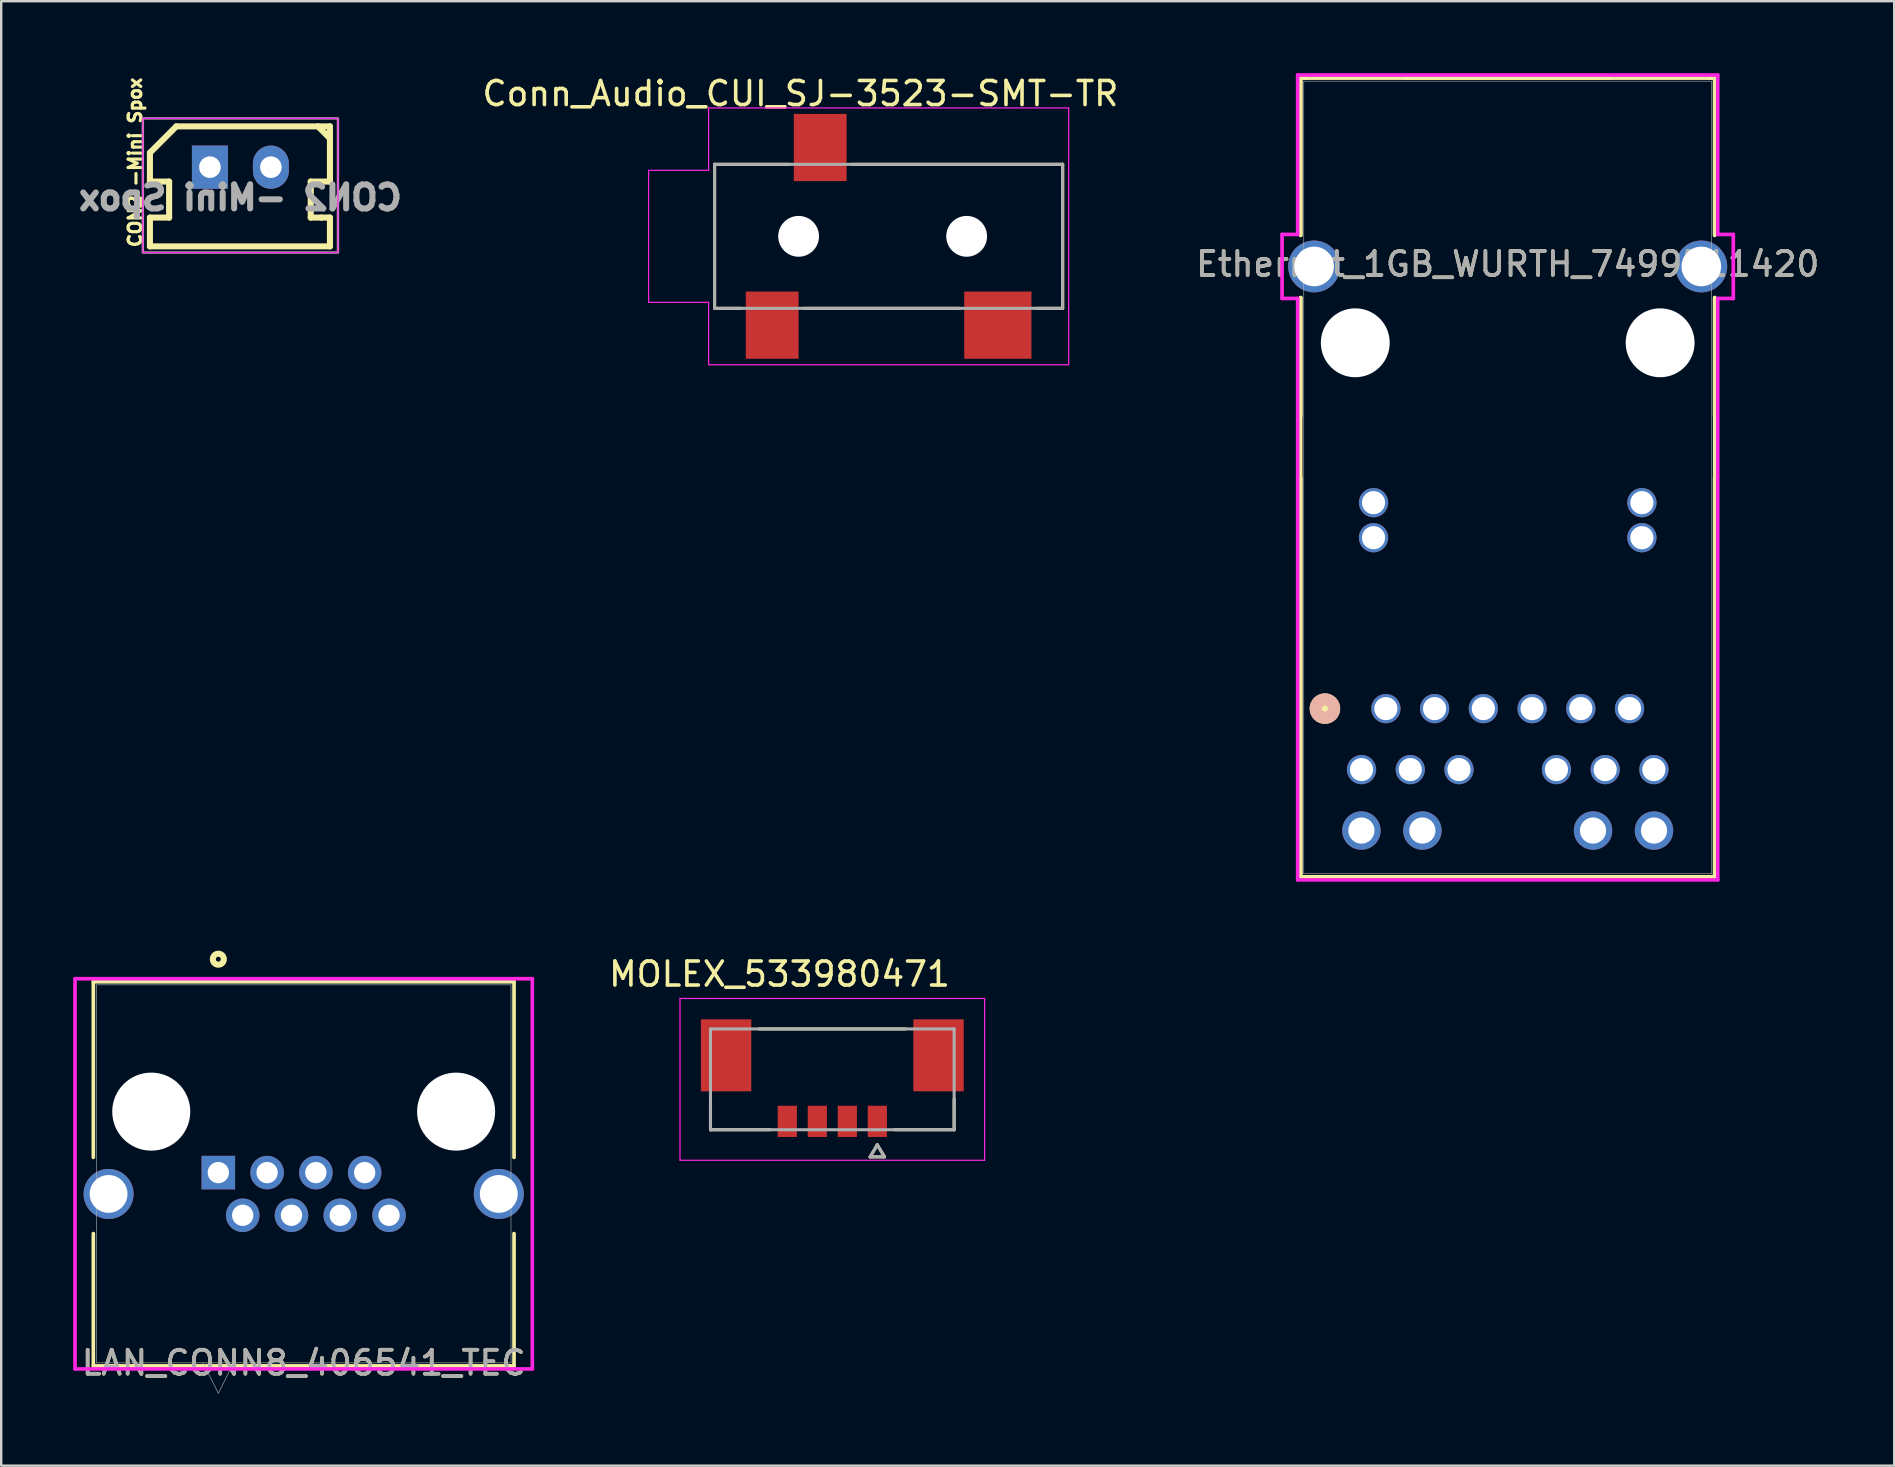
<source format=kicad_pcb>
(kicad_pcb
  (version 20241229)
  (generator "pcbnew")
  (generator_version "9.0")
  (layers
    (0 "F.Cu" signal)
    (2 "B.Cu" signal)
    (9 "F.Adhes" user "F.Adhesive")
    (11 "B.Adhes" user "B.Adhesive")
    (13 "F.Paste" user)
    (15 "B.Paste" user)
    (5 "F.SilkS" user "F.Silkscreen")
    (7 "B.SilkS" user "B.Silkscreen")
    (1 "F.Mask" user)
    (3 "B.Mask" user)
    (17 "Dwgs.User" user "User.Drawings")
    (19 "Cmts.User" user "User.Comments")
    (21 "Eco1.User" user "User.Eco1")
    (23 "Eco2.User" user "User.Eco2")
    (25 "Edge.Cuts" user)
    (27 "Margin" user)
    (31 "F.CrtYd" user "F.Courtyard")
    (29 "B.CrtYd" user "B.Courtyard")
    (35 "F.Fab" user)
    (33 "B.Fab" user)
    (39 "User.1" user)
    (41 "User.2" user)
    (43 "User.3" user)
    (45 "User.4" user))
  (footprint "Ethernet_1GB_WURTH_7499511420"
    (layer "F.Cu")
    (at 54.684 26.47)
    (property "Reference" "Ethernet_1GB_WURTH_7499511420" (at 5.075 -18.52 0) (unlocked yes) (layer "F.SilkS") (effects (font (size 1 1) (thickness 0.15))))
    (attr through_hole)
    (fp_line (start -3.548 -26.267) (end -3.548 -19.717) (stroke (width 0.152) (type solid)) (layer "F.SilkS"))
    (fp_line (start -3.548 -26.267) (end 13.698 -26.267) (stroke (width 0.152) (type solid)) (layer "F.SilkS"))
    (fp_line (start -3.548 -19.717) (end -3.548 -26.267) (stroke (width 0.152) (type solid)) (layer "F.SilkS"))
    (fp_line (start -3.548 -17.123) (end -3.548 -12.197) (stroke (width 0.152) (type solid)) (layer "F.SilkS"))
    (fp_line (start -3.548 -9.603) (end -3.548 7.007) (stroke (width 0.152) (type solid)) (layer "F.SilkS"))
    (fp_line (start -3.548 7.007) (end -3.548 -17.123) (stroke (width 0.152) (type solid)) (layer "F.SilkS"))
    (fp_line (start -3.548 7.007) (end 13.698 7.007) (stroke (width 0.152) (type solid)) (layer "F.SilkS"))
    (fp_line (start -3.293 -26.267) (end -3.548 -26.267) (stroke (width 0.152) (type solid)) (layer "F.SilkS"))
    (fp_line (start 9.407 -26.267) (end 0.743 -26.267) (stroke (width 0.152) (type solid)) (layer "F.SilkS"))
    (fp_line (start 13.698 -26.267) (end 13.443 -26.267) (stroke (width 0.152) (type solid)) (layer "F.SilkS"))
    (fp_line (start 13.698 -26.267) (end 13.698 -19.717) (stroke (width 0.152) (type solid)) (layer "F.SilkS"))
    (fp_line (start 13.698 -19.717) (end 13.698 -26.267) (stroke (width 0.152) (type solid)) (layer "F.SilkS"))
    (fp_line (start 13.698 -17.123) (end 13.698 7.007) (stroke (width 0.152) (type solid)) (layer "F.SilkS"))
    (fp_line (start 13.698 -12.197) (end 13.698 -17.123) (stroke (width 0.152) (type solid)) (layer "F.SilkS"))
    (fp_line (start 13.698 7.007) (end -3.548 7.007) (stroke (width 0.152) (type solid)) (layer "F.SilkS"))
    (fp_line (start 13.698 7.007) (end 13.698 -9.603) (stroke (width 0.152) (type solid)) (layer "F.SilkS"))
    (fp_circle (center -2.54 0) (end -2.159 0) (stroke (width 0.508) (type solid)) (fill yes) (layer "F.SilkS"))
    (fp_circle (center -2.54 0) (end -2.159 0) (stroke (width 0.508) (type solid)) (fill no) (layer "B.SilkS"))
    (fp_line (start -4.324 -19.753) (end -4.324 -17.087) (stroke (width 0.152) (type solid)) (layer "F.CrtYd"))
    (fp_line (start -4.324 -17.087) (end -3.675 -17.087) (stroke (width 0.152) (type solid)) (layer "F.CrtYd"))
    (fp_line (start -3.675 -26.394) (end -3.675 -19.753) (stroke (width 0.152) (type solid)) (layer "F.CrtYd"))
    (fp_line (start -3.675 -19.753) (end -4.324 -19.753) (stroke (width 0.152) (type solid)) (layer "F.CrtYd"))
    (fp_line (start -3.675 -17.087) (end -3.675 7.134) (stroke (width 0.152) (type solid)) (layer "F.CrtYd"))
    (fp_line (start -3.675 7.134) (end 13.825 7.134) (stroke (width 0.152) (type solid)) (layer "F.CrtYd"))
    (fp_line (start 13.825 -26.394) (end -3.675 -26.394) (stroke (width 0.152) (type solid)) (layer "F.CrtYd"))
    (fp_line (start 13.825 -19.753) (end 13.825 -26.394) (stroke (width 0.152) (type solid)) (layer "F.CrtYd"))
    (fp_line (start 13.825 -17.087) (end 14.473 -17.087) (stroke (width 0.152) (type solid)) (layer "F.CrtYd"))
    (fp_line (start 13.825 7.134) (end 13.825 -17.087) (stroke (width 0.152) (type solid)) (layer "F.CrtYd"))
    (fp_line (start 14.473 -19.753) (end 13.825 -19.753) (stroke (width 0.152) (type solid)) (layer "F.CrtYd"))
    (fp_line (start 14.473 -17.087) (end 14.473 -19.753) (stroke (width 0.152) (type solid)) (layer "F.CrtYd"))
    (fp_line (start -3.421 -26.14) (end -3.421 6.88) (stroke (width 0.025) (type solid)) (layer "F.Fab"))
    (fp_line (start -3.421 6.88) (end 13.571 6.88) (stroke (width 0.025) (type solid)) (layer "F.Fab"))
    (fp_line (start 13.571 -26.14) (end -3.421 -26.14) (stroke (width 0.025) (type solid)) (layer "F.Fab"))
    (fp_line (start 13.571 6.88) (end 13.571 -26.14) (stroke (width 0.025) (type solid)) (layer "F.Fab"))
    (fp_text user "${REFERENCE}" (at 5.075 -18.52 0) (unlocked yes) (layer "F.Fab") (effects (font (size 1 1) (thickness 0.15))))
    (pad "" np_thru_hole circle (at -1.275 -15.24) (size 2.87 2.87) (drill 2.87) (layers "*.Cu" "*.Mask"))
    (pad "" np_thru_hole circle (at 11.425 -15.24) (size 2.87 2.87) (drill 2.87) (layers "*.Cu" "*.Mask"))
    (pad "1" thru_hole circle (at 0 0) (size 1.219 1.219) (drill 0.965) (layers "*.Cu" "*.Mask"))
    (pad "2" thru_hole circle (at 2.03 0) (size 1.219 1.219) (drill 0.965) (layers "*.Cu" "*.Mask"))
    (pad "3" thru_hole circle (at 4.06 0) (size 1.219 1.219) (drill 0.965) (layers "*.Cu" "*.Mask"))
    (pad "4" thru_hole circle (at 6.09 0) (size 1.219 1.219) (drill 0.965) (layers "*.Cu" "*.Mask"))
    (pad "5" thru_hole circle (at 8.12 0) (size 1.219 1.219) (drill 0.965) (layers "*.Cu" "*.Mask"))
    (pad "6" thru_hole circle (at 10.15 0) (size 1.219 1.219) (drill 0.965) (layers "*.Cu" "*.Mask"))
    (pad "7" thru_hole circle (at -1.015 2.54) (size 1.219 1.219) (drill 0.965) (layers "*.Cu" "*.Mask"))
    (pad "8" thru_hole circle (at 1.015 2.54) (size 1.219 1.219) (drill 0.965) (layers "*.Cu" "*.Mask"))
    (pad "9" thru_hole circle (at 3.045 2.54) (size 1.219 1.219) (drill 0.965) (layers "*.Cu" "*.Mask"))
    (pad "10" thru_hole circle (at 7.105 2.54) (size 1.219 1.219) (drill 0.965) (layers "*.Cu" "*.Mask"))
    (pad "11" thru_hole circle (at 9.135 2.54) (size 1.219 1.219) (drill 0.965) (layers "*.Cu" "*.Mask"))
    (pad "12" thru_hole circle (at 11.165 2.54) (size 1.219 1.219) (drill 0.965) (layers "*.Cu" "*.Mask"))
    (pad "13" thru_hole circle (at -1.02 5.08) (size 1.6 1.6) (drill 1.092) (layers "*.Cu" "*.Mask"))
    (pad "14" thru_hole circle (at 1.52 5.08) (size 1.6 1.6) (drill 1.092) (layers "*.Cu" "*.Mask"))
    (pad "15" thru_hole circle (at 8.63 5.08) (size 1.6 1.6) (drill 1.092) (layers "*.Cu" "*.Mask"))
    (pad "16" thru_hole circle (at 11.17 5.08) (size 1.6 1.6) (drill 1.092) (layers "*.Cu" "*.Mask"))
    (pad "17" thru_hole circle (at -0.515 -8.58) (size 1.219 1.219) (drill 0.965) (layers "*.Cu" "*.Mask"))
    (pad "18" thru_hole circle (at -0.515 -7.12) (size 1.219 1.219) (drill 0.965) (layers "*.Cu" "*.Mask"))
    (pad "19" thru_hole circle (at 10.665 -8.58) (size 1.219 1.219) (drill 0.965) (layers "*.Cu" "*.Mask"))
    (pad "20" thru_hole circle (at 10.665 -7.12) (size 1.219 1.219) (drill 0.965) (layers "*.Cu" "*.Mask"))
    (pad "21" thru_hole circle (at -2.99 -18.42) (size 2.159 2.159) (drill 1.651) (layers "*.Cu" "*.Mask"))
    (pad "22" thru_hole circle (at 13.14 -18.42) (size 2.159 2.159) (drill 1.651) (layers "*.Cu" "*.Mask")))
  (footprint "Conn_Audio_CUI_SJ-3523-SMT-TR"
    (layer "F.Cu")
    (at 30.219 6.795)
    (property "Reference" "Conn_Audio_CUI_SJ-3523-SMT-TR" (at 0.075 -5.946 0) (layer "F.SilkS") (effects (font (size 1.002 1.002) (thickness 0.15))))
    (attr smd)
    (fp_line (start -3.5 -3) (end -0.4 -3) (stroke (width 0.127) (type solid)) (layer "F.SilkS"))
    (fp_line (start -3.5 -2.5) (end -3.5 -3) (stroke (width 0.127) (type solid)) (layer "F.SilkS"))
    (fp_line (start -3.5 2.5) (end -3.5 -2.5) (stroke (width 0.127) (type solid)) (layer "F.SilkS"))
    (fp_line (start -3.5 3) (end -3.5 2.5) (stroke (width 0.127) (type solid)) (layer "F.SilkS"))
    (fp_line (start -3.5 3) (end -2.4 3) (stroke (width 0.127) (type solid)) (layer "F.SilkS"))
    (fp_line (start 0.2 3) (end 6.7 3) (stroke (width 0.127) (type solid)) (layer "F.SilkS"))
    (fp_line (start 2.2 -3) (end 11 -3) (stroke (width 0.127) (type solid)) (layer "F.SilkS"))
    (fp_line (start 9.9 3) (end 11 3) (stroke (width 0.127) (type solid)) (layer "F.SilkS"))
    (fp_line (start 11 -3) (end 11 3) (stroke (width 0.127) (type solid)) (layer "F.SilkS"))
    (fp_line (start -6.25 -2.75) (end -6.25 2.75) (stroke (width 0.05) (type solid)) (layer "F.CrtYd"))
    (fp_line (start -6.25 2.75) (end -3.75 2.75) (stroke (width 0.05) (type solid)) (layer "F.CrtYd"))
    (fp_line (start -3.75 -5.35) (end -3.75 -2.75) (stroke (width 0.05) (type solid)) (layer "F.CrtYd"))
    (fp_line (start -3.75 -5.35) (end 11.25 -5.35) (stroke (width 0.05) (type solid)) (layer "F.CrtYd"))
    (fp_line (start -3.75 -2.75) (end -6.25 -2.75) (stroke (width 0.05) (type solid)) (layer "F.CrtYd"))
    (fp_line (start -3.75 2.75) (end -3.75 5.35) (stroke (width 0.05) (type solid)) (layer "F.CrtYd"))
    (fp_line (start 11.25 -5.35) (end 11.25 5.35) (stroke (width 0.05) (type solid)) (layer "F.CrtYd"))
    (fp_line (start 11.25 5.35) (end -3.75 5.35) (stroke (width 0.05) (type solid)) (layer "F.CrtYd"))
    (fp_line (start -3.5 -3) (end 11 -3) (stroke (width 0.127) (type solid)) (layer "F.Fab"))
    (fp_line (start -3.5 3) (end -3.5 -3) (stroke (width 0.127) (type solid)) (layer "F.Fab"))
    (fp_line (start 11 -3) (end 11 3) (stroke (width 0.127) (type solid)) (layer "F.Fab"))
    (fp_line (start 11 3) (end -3.5 3) (stroke (width 0.127) (type solid)) (layer "F.Fab"))
    (pad "" np_thru_hole circle (at 0 0) (size 1.7 1.7) (drill 1.7) (layers "*.Cu" "*.Mask"))
    (pad "" np_thru_hole circle (at 7 0) (size 1.7 1.7) (drill 1.7) (layers "*.Cu" "*.Mask"))
    (pad "R" smd rect (at 0.9 -3.7) (size 2.2 2.8) (layers "F.Cu" "F.Mask" "F.Paste"))
    (pad "S" smd rect (at -1.1 3.7) (size 2.2 2.8) (layers "F.Cu" "F.Mask" "F.Paste"))
    (pad "T" smd rect (at 8.3 3.7) (size 2.8 2.8) (layers "F.Cu" "F.Mask" "F.Paste")))
  (footprint "LAN_CONN8_406541_TEC"
    (layer "F.Cu")
    (at 6.045 45.799)
    (property "Reference" "LAN_CONN8_406541_TEC" (at 3.556 7.925 0) (unlocked yes) (layer "F.SilkS") (effects (font (size 1 1) (thickness 0.15))))
    (attr through_hole)
    (fp_line (start -5.207 -7.95) (end -5.207 -0.635) (stroke (width 0.152) (type solid)) (layer "F.SilkS"))
    (fp_line (start -5.207 8.052) (end -5.207 2.54) (stroke (width 0.152) (type solid)) (layer "F.SilkS"))
    (fp_line (start -5.207 8.052) (end 12.319 8.052) (stroke (width 0.152) (type solid)) (layer "F.SilkS"))
    (fp_line (start 12.319 -7.95) (end -5.207 -7.95) (stroke (width 0.152) (type solid)) (layer "F.SilkS"))
    (fp_line (start 12.319 -0.635) (end 12.319 -7.95) (stroke (width 0.152) (type solid)) (layer "F.SilkS"))
    (fp_line (start 12.319 8.052) (end 12.319 2.54) (stroke (width 0.152) (type solid)) (layer "F.SilkS"))
    (fp_circle (center 0 -8.89) (end 0.102 -8.89) (stroke (width 0.254) (type solid)) (fill no) (layer "F.SilkS"))
    (fp_line (start -5.969 -8.077) (end -5.969 8.179) (stroke (width 0.152) (type solid)) (layer "F.CrtYd"))
    (fp_line (start -5.969 8.179) (end 13.081 8.179) (stroke (width 0.152) (type solid)) (layer "F.CrtYd"))
    (fp_line (start 13.081 -8.077) (end -5.969 -8.077) (stroke (width 0.152) (type solid)) (layer "F.CrtYd"))
    (fp_line (start 13.081 8.179) (end 13.081 -8.077) (stroke (width 0.152) (type solid)) (layer "F.CrtYd"))
    (fp_line (start -5.08 -7.823) (end -5.08 7.925) (stroke (width 0.025) (type solid)) (layer "F.Fab"))
    (fp_line (start -5.08 7.925) (end 12.192 7.925) (stroke (width 0.025) (type solid)) (layer "F.Fab"))
    (fp_line (start -0.635 7.925) (end 0 9.195) (stroke (width 0.025) (type solid)) (layer "F.Fab"))
    (fp_line (start 0.635 7.925) (end 0 9.195) (stroke (width 0.025) (type solid)) (layer "F.Fab"))
    (fp_line (start 12.192 -7.823) (end -5.08 -7.823) (stroke (width 0.025) (type solid)) (layer "F.Fab"))
    (fp_line (start 12.192 7.925) (end 12.192 -7.823) (stroke (width 0.025) (type solid)) (layer "F.Fab"))
    (fp_text user "${REFERENCE}" (at 3.556 7.925 0) (unlocked yes) (layer "F.Fab") (effects (font (size 1 1) (thickness 0.15))))
    (pad "" np_thru_hole circle (at -2.794 -2.54) (size 3.251 3.251) (drill 3.251) (layers "*.Cu" "*.Mask"))
    (pad "" np_thru_hole circle (at 9.906 -2.54) (size 3.251 3.251) (drill 3.251) (layers "*.Cu" "*.Mask"))
    (pad "1" thru_hole rect (at 0 0) (size 1.397 1.397) (drill 0.889) (layers "*.Cu" "*.Mask"))
    (pad "2" thru_hole circle (at 1.016 1.778) (size 1.397 1.397) (drill 0.889) (layers "*.Cu" "*.Mask"))
    (pad "3" thru_hole circle (at 2.032 0) (size 1.397 1.397) (drill 0.889) (layers "*.Cu" "*.Mask"))
    (pad "4" thru_hole circle (at 3.048 1.778) (size 1.397 1.397) (drill 0.889) (layers "*.Cu" "*.Mask"))
    (pad "5" thru_hole circle (at 4.064 0) (size 1.397 1.397) (drill 0.889) (layers "*.Cu" "*.Mask"))
    (pad "6" thru_hole circle (at 5.08 1.778) (size 1.397 1.397) (drill 0.889) (layers "*.Cu" "*.Mask"))
    (pad "7" thru_hole circle (at 6.096 0) (size 1.397 1.397) (drill 0.889) (layers "*.Cu" "*.Mask"))
    (pad "8" thru_hole circle (at 7.112 1.778) (size 1.397 1.397) (drill 0.889) (layers "*.Cu" "*.Mask"))
    (pad "9" thru_hole circle (at -4.572 0.889) (size 2.083 2.083) (drill 1.575) (layers "*.Cu" "*.Mask"))
    (pad "10" thru_hole circle (at 11.684 0.889) (size 2.083 2.083) (drill 1.575) (layers "*.Cu" "*.Mask")))
  (footprint "CON2 -Mini Spox"
    (layer "F.Cu")
    (at 5.695 3.914)
    (property "Reference" "CON2 -Mini Spox" (at -2.81 3.4 90) (unlocked yes) (layer "F.SilkS") (effects (font (size 0.525 0.525) (thickness 0.131)) (justify left bottom)))
    (fp_line (start -2.5 0.6) (end -2.5 -0.6) (stroke (width 0.254) (type solid)) (layer "F.SilkS"))
    (fp_line (start -2.5 3.3) (end -2.5 2.1) (stroke (width 0.254) (type solid)) (layer "F.SilkS"))
    (fp_line (start -1.7 0.6) (end -2.5 0.6) (stroke (width 0.254) (type solid)) (layer "F.SilkS"))
    (fp_line (start -1.7 2.1) (end -2.5 2.1) (stroke (width 0.254) (type solid)) (layer "F.SilkS"))
    (fp_line (start -1.7 2.1) (end -1.7 0.6) (stroke (width 0.254) (type solid)) (layer "F.SilkS"))
    (fp_line (start -1.4 -1.7) (end -2.5 -0.6) (stroke (width 0.254) (type solid)) (layer "F.SilkS"))
    (fp_line (start 4.2 2.1) (end 4.2 0.6) (stroke (width 0.254) (type solid)) (layer "F.SilkS"))
    (fp_line (start 4.65 2.1) (end 4.2 2.1) (stroke (width 0.254) (type solid)) (layer "F.SilkS"))
    (fp_line (start 5 -1.7) (end -1.4 -1.7) (stroke (width 0.254) (type solid)) (layer "F.SilkS"))
    (fp_line (start 5 -1.2) (end 4.5 -1.7) (stroke (width 0.254) (type solid)) (layer "F.SilkS"))
    (fp_line (start 5 0.6) (end 4.2 0.6) (stroke (width 0.254) (type solid)) (layer "F.SilkS"))
    (fp_line (start 5 0.6) (end 5 -1.7) (stroke (width 0.254) (type solid)) (layer "F.SilkS"))
    (fp_line (start 5 2.1) (end 4.65 2.1) (stroke (width 0.254) (type solid)) (layer "F.SilkS"))
    (fp_line (start 5 3.3) (end -2.5 3.3) (stroke (width 0.254) (type solid)) (layer "F.SilkS"))
    (fp_line (start 5 3.3) (end 5 2.1) (stroke (width 0.254) (type solid)) (layer "F.SilkS"))
    (fp_rect (start 5.334 -2.032) (end -2.794 3.556) (stroke (width 0.05) (type default)) (fill no) (layer "F.CrtYd"))
    (fp_rect (start -2.794 -2.032) (end 5.334 3.556) (stroke (width 0.1) (type default)) (fill no) (layer "F.Fab"))
    (fp_text user "${REFERENCE}" (at 1.27 1.27 0) (unlocked yes) (layer "F.Fab") (effects (font (size 1 1) (thickness 0.25)) (justify mirror)))
    (pad "1" thru_hole rect (at 0 0) (size 1.5 1.8) (drill 0.9) (layers "*.Cu" "*.Mask"))
    (pad "2" thru_hole oval (at 2.54 0) (size 1.5 1.8) (drill 0.9) (layers "*.Cu" "*.Mask")))
  (footprint "MOLEX_533980471"
    (layer "F.Cu")
    (at 31.623 41.914)
    (property "Reference" "MOLEX_533980471" (at -2.2 -4.385 0) (layer "F.SilkS") (effects (font (size 1 1) (thickness 0.15))))
    (attr smd)
    (fp_poly (pts (xy -5.551 -2.576) (xy -3.299 -2.576) (xy -3.299 0.576) (xy -5.551 0.576)) (stroke (width 0.01) (type solid)) (fill yes) (layer "F.Mask"))
    (fp_poly (pts (xy -2.351 1.024) (xy -1.399 1.024) (xy -1.399 2.476) (xy -2.351 2.476)) (stroke (width 0.01) (type solid)) (fill yes) (layer "F.Mask"))
    (fp_poly (pts (xy -1.101 1.024) (xy -0.149 1.024) (xy -0.149 2.476) (xy -1.101 2.476)) (stroke (width 0.01) (type solid)) (fill yes) (layer "F.Mask"))
    (fp_poly (pts (xy 0.149 1.024) (xy 1.101 1.024) (xy 1.101 2.476) (xy 0.149 2.476)) (stroke (width 0.01) (type solid)) (fill yes) (layer "F.Mask"))
    (fp_poly (pts (xy 1.399 1.024) (xy 2.351 1.024) (xy 2.351 2.476) (xy 1.399 2.476)) (stroke (width 0.01) (type solid)) (fill yes) (layer "F.Mask"))
    (fp_poly (pts (xy 3.299 -2.576) (xy 5.551 -2.576) (xy 5.551 0.576) (xy 3.299 0.576)) (stroke (width 0.01) (type solid)) (fill yes) (layer "F.Mask"))
    (fp_line (start -5.075 2.1) (end -5.075 0.82) (stroke (width 0.127) (type solid)) (layer "F.SilkS"))
    (fp_line (start -2.595 2.1) (end -5.075 2.1) (stroke (width 0.127) (type solid)) (layer "F.SilkS"))
    (fp_line (start 1.575 3.23) (end 1.875 2.73) (stroke (width 0.127) (type solid)) (layer "F.SilkS"))
    (fp_line (start 1.875 2.73) (end 2.175 3.23) (stroke (width 0.127) (type solid)) (layer "F.SilkS"))
    (fp_line (start 2.175 3.23) (end 1.575 3.23) (stroke (width 0.127) (type solid)) (layer "F.SilkS"))
    (fp_line (start 3.055 -2.1) (end -3.055 -2.1) (stroke (width 0.127) (type solid)) (layer "F.SilkS"))
    (fp_line (start 5.075 0.82) (end 5.075 2.1) (stroke (width 0.127) (type solid)) (layer "F.SilkS"))
    (fp_line (start 5.075 2.1) (end 2.595 2.1) (stroke (width 0.127) (type solid)) (layer "F.SilkS"))
    (fp_line (start -6.345 -3.37) (end 6.345 -3.37) (stroke (width 0.05) (type solid)) (layer "F.CrtYd"))
    (fp_line (start -6.345 3.37) (end -6.345 -3.37) (stroke (width 0.05) (type solid)) (layer "F.CrtYd"))
    (fp_line (start -6.345 3.37) (end 6.345 3.37) (stroke (width 0.05) (type solid)) (layer "F.CrtYd"))
    (fp_line (start 6.345 -3.37) (end 6.345 3.37) (stroke (width 0.05) (type solid)) (layer "F.CrtYd"))
    (fp_line (start -5.075 -2.1) (end 5.075 -2.1) (stroke (width 0.127) (type solid)) (layer "F.Fab"))
    (fp_line (start -5.075 2.1) (end -5.075 -2.1) (stroke (width 0.127) (type solid)) (layer "F.Fab"))
    (fp_line (start 1.575 3.23) (end 1.875 2.73) (stroke (width 0.127) (type solid)) (layer "F.Fab"))
    (fp_line (start 1.875 2.73) (end 2.175 3.23) (stroke (width 0.127) (type solid)) (layer "F.Fab"))
    (fp_line (start 2.175 3.23) (end 1.575 3.23) (stroke (width 0.127) (type solid)) (layer "F.Fab"))
    (fp_line (start 5.075 -2.1) (end 5.075 2.1) (stroke (width 0.127) (type solid)) (layer "F.Fab"))
    (fp_line (start 5.075 2.1) (end -5.075 2.1) (stroke (width 0.127) (type solid)) (layer "F.Fab"))
    (pad "" smd rect (at -4.425 -1) (size 2.1 3) (layers "F.Cu" "F.Mask" "F.Paste"))
    (pad "" smd rect (at 4.425 -1) (size 2.1 3) (layers "F.Cu" "F.Paste"))
    (pad "1" smd rect (at 1.875 1.75) (size 0.8 1.3) (layers "F.Cu" "F.Paste"))
    (pad "2" smd rect (at 0.625 1.75) (size 0.8 1.3) (layers "F.Cu" "F.Paste"))
    (pad "3" smd rect (at -0.625 1.75) (size 0.8 1.3) (layers "F.Cu" "F.Paste"))
    (pad "4" smd rect (at -1.875 1.75) (size 0.8 1.3) (layers "F.Cu" "F.Paste")))
  (gr_rect
    (start -3 -3)
    (end 75.86 58.007)
    (stroke (width 0.1) (type default))
    (fill no)
    (layer "Edge.Cuts")))
</source>
